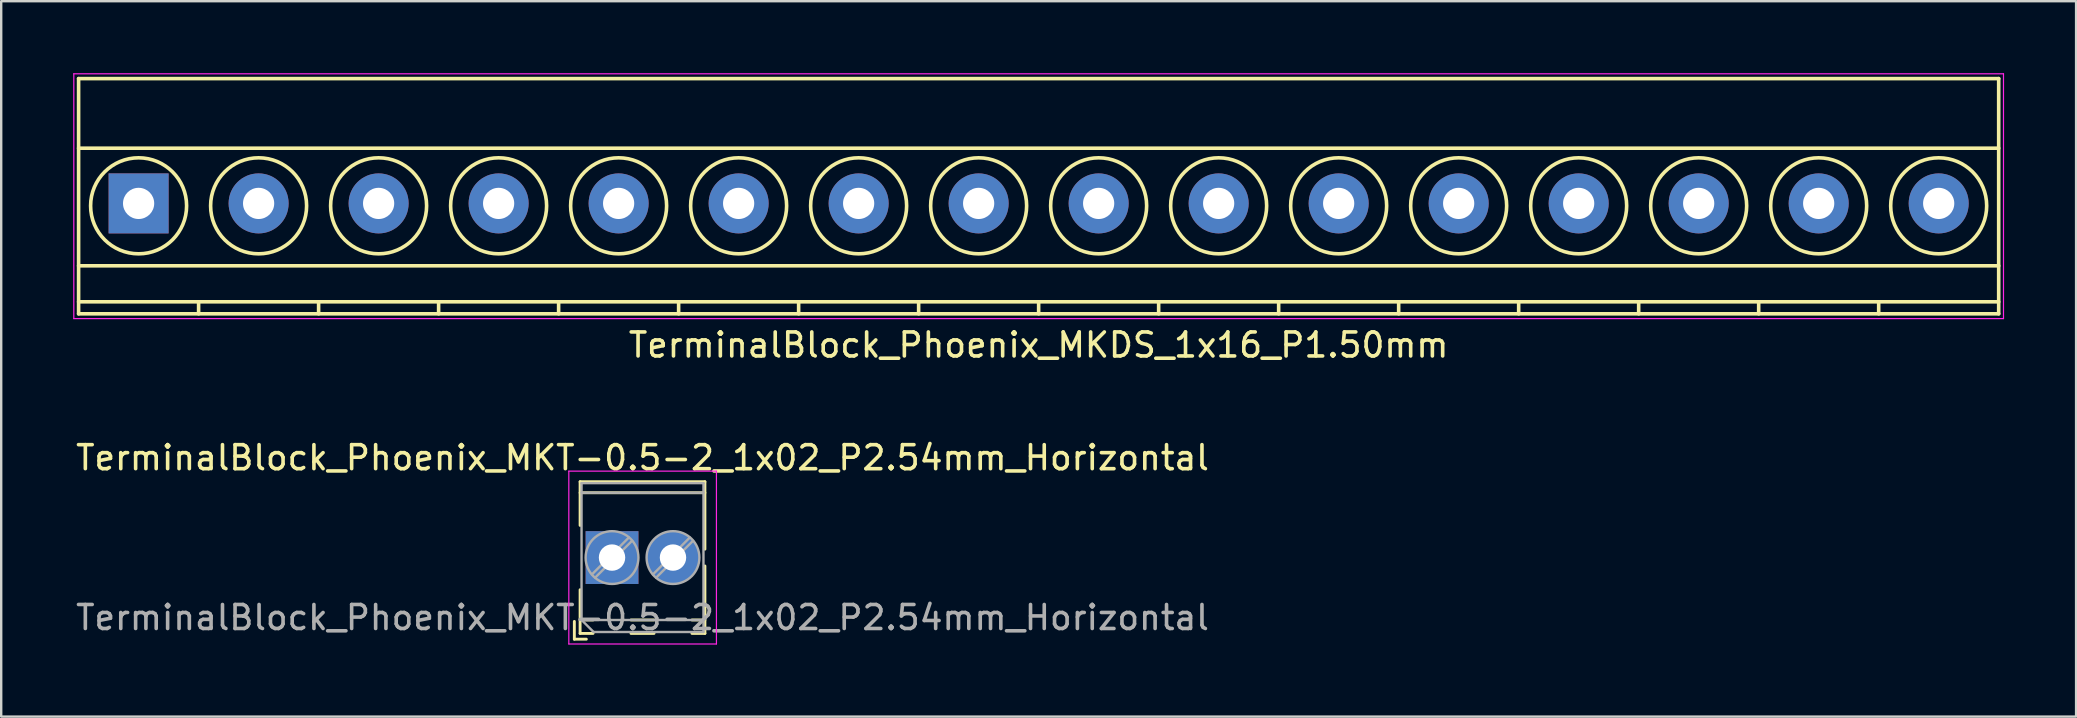
<source format=kicad_pcb>
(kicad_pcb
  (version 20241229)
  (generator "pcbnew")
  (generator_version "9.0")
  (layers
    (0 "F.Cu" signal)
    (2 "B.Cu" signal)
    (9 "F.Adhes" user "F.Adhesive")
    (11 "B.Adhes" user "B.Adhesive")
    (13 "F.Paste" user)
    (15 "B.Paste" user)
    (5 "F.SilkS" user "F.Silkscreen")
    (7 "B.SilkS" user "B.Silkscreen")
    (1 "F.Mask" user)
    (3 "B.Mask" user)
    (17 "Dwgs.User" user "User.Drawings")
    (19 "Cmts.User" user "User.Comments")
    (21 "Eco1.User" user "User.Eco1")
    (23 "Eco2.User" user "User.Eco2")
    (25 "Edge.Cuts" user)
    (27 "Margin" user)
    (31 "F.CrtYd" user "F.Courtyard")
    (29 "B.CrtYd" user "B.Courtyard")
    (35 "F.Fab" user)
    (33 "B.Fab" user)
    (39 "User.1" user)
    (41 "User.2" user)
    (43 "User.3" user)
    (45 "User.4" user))
  (footprint "TerminalBlock_Phoenix_MKDS_1x16_P1.50mm"
    (layer "F.Cu")
    (at 2.725 5.425)
    (property "Reference" "TerminalBlock_Phoenix_MKDS_1x16_P1.50mm" (at 37.5 5.9 0) (layer "F.SilkS") (effects (font (size 1 1) (thickness 0.15))))
    (attr through_hole)
    (fp_line (start -2.5 -5.2) (end -2.5 4.6) (stroke (width 0.15) (type solid)) (layer "F.SilkS"))
    (fp_line (start -2.5 -2.3) (end 77.5 -2.3) (stroke (width 0.15) (type solid)) (layer "F.SilkS"))
    (fp_line (start -2.5 2.6) (end 77.5 2.6) (stroke (width 0.15) (type solid)) (layer "F.SilkS"))
    (fp_line (start -2.5 4.1) (end 77.5 4.1) (stroke (width 0.15) (type solid)) (layer "F.SilkS"))
    (fp_line (start -2.5 4.6) (end 77.5 4.6) (stroke (width 0.15) (type solid)) (layer "F.SilkS"))
    (fp_line (start 2.5 4.1) (end 2.5 4.6) (stroke (width 0.15) (type solid)) (layer "F.SilkS"))
    (fp_line (start 7.5 4.1) (end 7.5 4.6) (stroke (width 0.15) (type solid)) (layer "F.SilkS"))
    (fp_line (start 12.5 4.1) (end 12.5 4.6) (stroke (width 0.15) (type solid)) (layer "F.SilkS"))
    (fp_line (start 17.5 4.1) (end 17.5 4.6) (stroke (width 0.15) (type solid)) (layer "F.SilkS"))
    (fp_line (start 22.5 4.1) (end 22.5 4.6) (stroke (width 0.15) (type solid)) (layer "F.SilkS"))
    (fp_line (start 27.5 4.1) (end 27.5 4.6) (stroke (width 0.15) (type solid)) (layer "F.SilkS"))
    (fp_line (start 32.5 4.1) (end 32.5 4.6) (stroke (width 0.15) (type solid)) (layer "F.SilkS"))
    (fp_line (start 37.5 4.1) (end 37.5 4.6) (stroke (width 0.15) (type solid)) (layer "F.SilkS"))
    (fp_line (start 42.5 4.1) (end 42.5 4.6) (stroke (width 0.15) (type solid)) (layer "F.SilkS"))
    (fp_line (start 47.5 4.1) (end 47.5 4.6) (stroke (width 0.15) (type solid)) (layer "F.SilkS"))
    (fp_line (start 52.5 4.1) (end 52.5 4.6) (stroke (width 0.15) (type solid)) (layer "F.SilkS"))
    (fp_line (start 57.5 4.1) (end 57.5 4.6) (stroke (width 0.15) (type solid)) (layer "F.SilkS"))
    (fp_line (start 62.5 4.1) (end 62.5 4.6) (stroke (width 0.15) (type solid)) (layer "F.SilkS"))
    (fp_line (start 67.5 4.1) (end 67.5 4.6) (stroke (width 0.15) (type solid)) (layer "F.SilkS"))
    (fp_line (start 72.5 4.1) (end 72.5 4.6) (stroke (width 0.15) (type solid)) (layer "F.SilkS"))
    (fp_line (start 77.5 -5.2) (end -2.5 -5.2) (stroke (width 0.15) (type solid)) (layer "F.SilkS"))
    (fp_line (start 77.5 4.6) (end 77.5 -5.2) (stroke (width 0.15) (type solid)) (layer "F.SilkS"))
    (fp_circle (center 0 0.1) (end 2 0.1) (stroke (width 0.15) (type solid)) (fill no) (layer "F.SilkS"))
    (fp_circle (center 5 0.1) (end 3 0.1) (stroke (width 0.15) (type solid)) (fill no) (layer "F.SilkS"))
    (fp_circle (center 10 0.1) (end 8 0.1) (stroke (width 0.15) (type solid)) (fill no) (layer "F.SilkS"))
    (fp_circle (center 15 0.1) (end 13 0.1) (stroke (width 0.15) (type solid)) (fill no) (layer "F.SilkS"))
    (fp_circle (center 20 0.1) (end 18 0.1) (stroke (width 0.15) (type solid)) (fill no) (layer "F.SilkS"))
    (fp_circle (center 25 0.1) (end 23 0.1) (stroke (width 0.15) (type solid)) (fill no) (layer "F.SilkS"))
    (fp_circle (center 30 0.1) (end 28 0.1) (stroke (width 0.15) (type solid)) (fill no) (layer "F.SilkS"))
    (fp_circle (center 35 0.1) (end 33 0.1) (stroke (width 0.15) (type solid)) (fill no) (layer "F.SilkS"))
    (fp_circle (center 40 0.1) (end 38 0.1) (stroke (width 0.15) (type solid)) (fill no) (layer "F.SilkS"))
    (fp_circle (center 45 0.1) (end 43 0.1) (stroke (width 0.15) (type solid)) (fill no) (layer "F.SilkS"))
    (fp_circle (center 50 0.1) (end 48 0.1) (stroke (width 0.15) (type solid)) (fill no) (layer "F.SilkS"))
    (fp_circle (center 55 0.1) (end 53 0.1) (stroke (width 0.15) (type solid)) (fill no) (layer "F.SilkS"))
    (fp_circle (center 60 0.1) (end 58 0.1) (stroke (width 0.15) (type solid)) (fill no) (layer "F.SilkS"))
    (fp_circle (center 65 0.1) (end 63 0.1) (stroke (width 0.15) (type solid)) (fill no) (layer "F.SilkS"))
    (fp_circle (center 70 0.1) (end 68 0.1) (stroke (width 0.15) (type solid)) (fill no) (layer "F.SilkS"))
    (fp_circle (center 75 0.1) (end 73 0.1) (stroke (width 0.15) (type solid)) (fill no) (layer "F.SilkS"))
    (fp_line (start -2.7 -5.4) (end -2.7 4.8) (stroke (width 0.05) (type solid)) (layer "F.CrtYd"))
    (fp_line (start -2.7 4.8) (end 77.7 4.8) (stroke (width 0.05) (type solid)) (layer "F.CrtYd"))
    (fp_line (start 77.7 -5.4) (end -2.7 -5.4) (stroke (width 0.05) (type solid)) (layer "F.CrtYd"))
    (fp_line (start 77.7 4.8) (end 77.7 -5.4) (stroke (width 0.05) (type solid)) (layer "F.CrtYd"))
    (pad "1" thru_hole rect (at 0 0) (size 2.5 2.5) (drill 1.3) (layers "*.Cu" "*.Mask"))
    (pad "2" thru_hole circle (at 5 0) (size 2.5 2.5) (drill 1.3) (layers "*.Cu" "*.Mask"))
    (pad "3" thru_hole circle (at 10 0) (size 2.5 2.5) (drill 1.3) (layers "*.Cu" "*.Mask"))
    (pad "4" thru_hole circle (at 15 0) (size 2.5 2.5) (drill 1.3) (layers "*.Cu" "*.Mask"))
    (pad "5" thru_hole circle (at 20 0) (size 2.5 2.5) (drill 1.3) (layers "*.Cu" "*.Mask"))
    (pad "6" thru_hole circle (at 25 0) (size 2.5 2.5) (drill 1.3) (layers "*.Cu" "*.Mask"))
    (pad "7" thru_hole circle (at 30 0) (size 2.5 2.5) (drill 1.3) (layers "*.Cu" "*.Mask"))
    (pad "8" thru_hole circle (at 35 0) (size 2.5 2.5) (drill 1.3) (layers "*.Cu" "*.Mask"))
    (pad "9" thru_hole circle (at 40 0) (size 2.5 2.5) (drill 1.3) (layers "*.Cu" "*.Mask"))
    (pad "10" thru_hole circle (at 45 0) (size 2.5 2.5) (drill 1.3) (layers "*.Cu" "*.Mask"))
    (pad "11" thru_hole circle (at 50 0) (size 2.5 2.5) (drill 1.3) (layers "*.Cu" "*.Mask"))
    (pad "12" thru_hole circle (at 55 0) (size 2.5 2.5) (drill 1.3) (layers "*.Cu" "*.Mask"))
    (pad "13" thru_hole circle (at 60 0) (size 2.5 2.5) (drill 1.3) (layers "*.Cu" "*.Mask"))
    (pad "14" thru_hole circle (at 65 0) (size 2.5 2.5) (drill 1.3) (layers "*.Cu" "*.Mask"))
    (pad "15" thru_hole circle (at 70 0) (size 2.5 2.5) (drill 1.3) (layers "*.Cu" "*.Mask"))
    (pad "16" thru_hole circle (at 75 0) (size 2.5 2.5) (drill 1.3) (layers "*.Cu" "*.Mask")))
  (footprint "TerminalBlock_Phoenix_MKT-0.5-2_1x02_P2.54mm_Horizontal"
    (layer "F.Cu")
    (at 22.45 20.181)
    (property "Reference" "TerminalBlock_Phoenix_MKT-0.5-2_1x02_P2.54mm_Horizontal" (at 1.27 -4.16 0) (layer "F.SilkS") (effects (font (size 1 1) (thickness 0.15))))
    (attr through_hole)
    (fp_line (start -1.57 2.66) (end -1.57 3.4) (stroke (width 0.12) (type solid)) (layer "F.SilkS"))
    (fp_line (start -1.57 3.4) (end -1.07 3.4) (stroke (width 0.12) (type solid)) (layer "F.SilkS"))
    (fp_line (start -1.33 -3.16) (end -1.33 -1.34) (stroke (width 0.12) (type solid)) (layer "F.SilkS"))
    (fp_line (start -1.33 -3.16) (end 3.87 -3.16) (stroke (width 0.12) (type solid)) (layer "F.SilkS"))
    (fp_line (start -1.33 -2.7) (end 3.87 -2.7) (stroke (width 0.12) (type solid)) (layer "F.SilkS"))
    (fp_line (start -1.33 1.34) (end -1.33 3.16) (stroke (width 0.12) (type solid)) (layer "F.SilkS"))
    (fp_line (start -1.33 2.6) (end -0.79 2.6) (stroke (width 0.12) (type solid)) (layer "F.SilkS"))
    (fp_line (start -1.33 3.16) (end -0.79 3.16) (stroke (width 0.12) (type solid)) (layer "F.SilkS"))
    (fp_line (start 0.79 2.6) (end 1.75 2.6) (stroke (width 0.12) (type solid)) (layer "F.SilkS"))
    (fp_line (start 0.79 3.16) (end 1.75 3.16) (stroke (width 0.12) (type solid)) (layer "F.SilkS"))
    (fp_line (start 3.33 2.6) (end 3.87 2.6) (stroke (width 0.12) (type solid)) (layer "F.SilkS"))
    (fp_line (start 3.33 3.16) (end 3.87 3.16) (stroke (width 0.12) (type solid)) (layer "F.SilkS"))
    (fp_line (start 3.87 -3.16) (end 3.87 -0.35) (stroke (width 0.12) (type solid)) (layer "F.SilkS"))
    (fp_line (start 3.87 0.35) (end 3.87 3.16) (stroke (width 0.12) (type solid)) (layer "F.SilkS"))
    (fp_line (start -1.8 -3.6) (end -1.8 3.6) (stroke (width 0.05) (type solid)) (layer "F.CrtYd"))
    (fp_line (start -1.8 3.6) (end 4.35 3.6) (stroke (width 0.05) (type solid)) (layer "F.CrtYd"))
    (fp_line (start 4.35 -3.6) (end -1.8 -3.6) (stroke (width 0.05) (type solid)) (layer "F.CrtYd"))
    (fp_line (start 4.35 3.6) (end 4.35 -3.6) (stroke (width 0.05) (type solid)) (layer "F.CrtYd"))
    (fp_line (start -1.27 -3.1) (end 3.81 -3.1) (stroke (width 0.1) (type solid)) (layer "F.Fab"))
    (fp_line (start -1.27 -2.7) (end 3.81 -2.7) (stroke (width 0.1) (type solid)) (layer "F.Fab"))
    (fp_line (start -1.27 2.6) (end -1.27 -3.1) (stroke (width 0.1) (type solid)) (layer "F.Fab"))
    (fp_line (start -1.27 2.6) (end 3.81 2.6) (stroke (width 0.1) (type solid)) (layer "F.Fab"))
    (fp_line (start -0.77 3.1) (end -1.27 2.6) (stroke (width 0.1) (type solid)) (layer "F.Fab"))
    (fp_line (start 0.701 -0.835) (end -0.835 0.7) (stroke (width 0.1) (type solid)) (layer "F.Fab"))
    (fp_line (start 0.835 -0.7) (end -0.701 0.835) (stroke (width 0.1) (type solid)) (layer "F.Fab"))
    (fp_line (start 3.241 -0.835) (end 1.706 0.7) (stroke (width 0.1) (type solid)) (layer "F.Fab"))
    (fp_line (start 3.375 -0.7) (end 1.84 0.835) (stroke (width 0.1) (type solid)) (layer "F.Fab"))
    (fp_line (start 3.81 -3.1) (end 3.81 3.1) (stroke (width 0.1) (type solid)) (layer "F.Fab"))
    (fp_line (start 3.81 3.1) (end -0.77 3.1) (stroke (width 0.1) (type solid)) (layer "F.Fab"))
    (fp_circle (center 0 0) (end 1.1 0) (stroke (width 0.1) (type solid)) (fill no) (layer "F.Fab"))
    (fp_circle (center 2.54 0) (end 3.64 0) (stroke (width 0.1) (type solid)) (fill no) (layer "F.Fab"))
    (fp_text user "${REFERENCE}" (at 1.27 2.5 0) (layer "F.Fab") (effects (font (size 1 1) (thickness 0.15))))
    (pad "" np_thru_hole rect (at 0 2.54) (size 0.001 0.001) (drill 1.1) (layers "*.Cu" "*.Mask"))
    (pad "" np_thru_hole circle (at 2.54 2.54) (size 0.001 0.001) (drill 1.1) (layers "*.Cu" "*.Mask"))
    (pad "1" thru_hole rect (at 0 0) (size 2.2 2.2) (drill 1.1) (layers "*.Cu" "*.Mask"))
    (pad "2" thru_hole circle (at 2.54 0) (size 2.2 2.2) (drill 1.1) (layers "*.Cu" "*.Mask")))
  (gr_rect
    (start -3 -3)
    (end 83.45 26.806)
    (stroke (width 0.1) (type default))
    (fill no)
    (layer "Edge.Cuts")))
</source>
